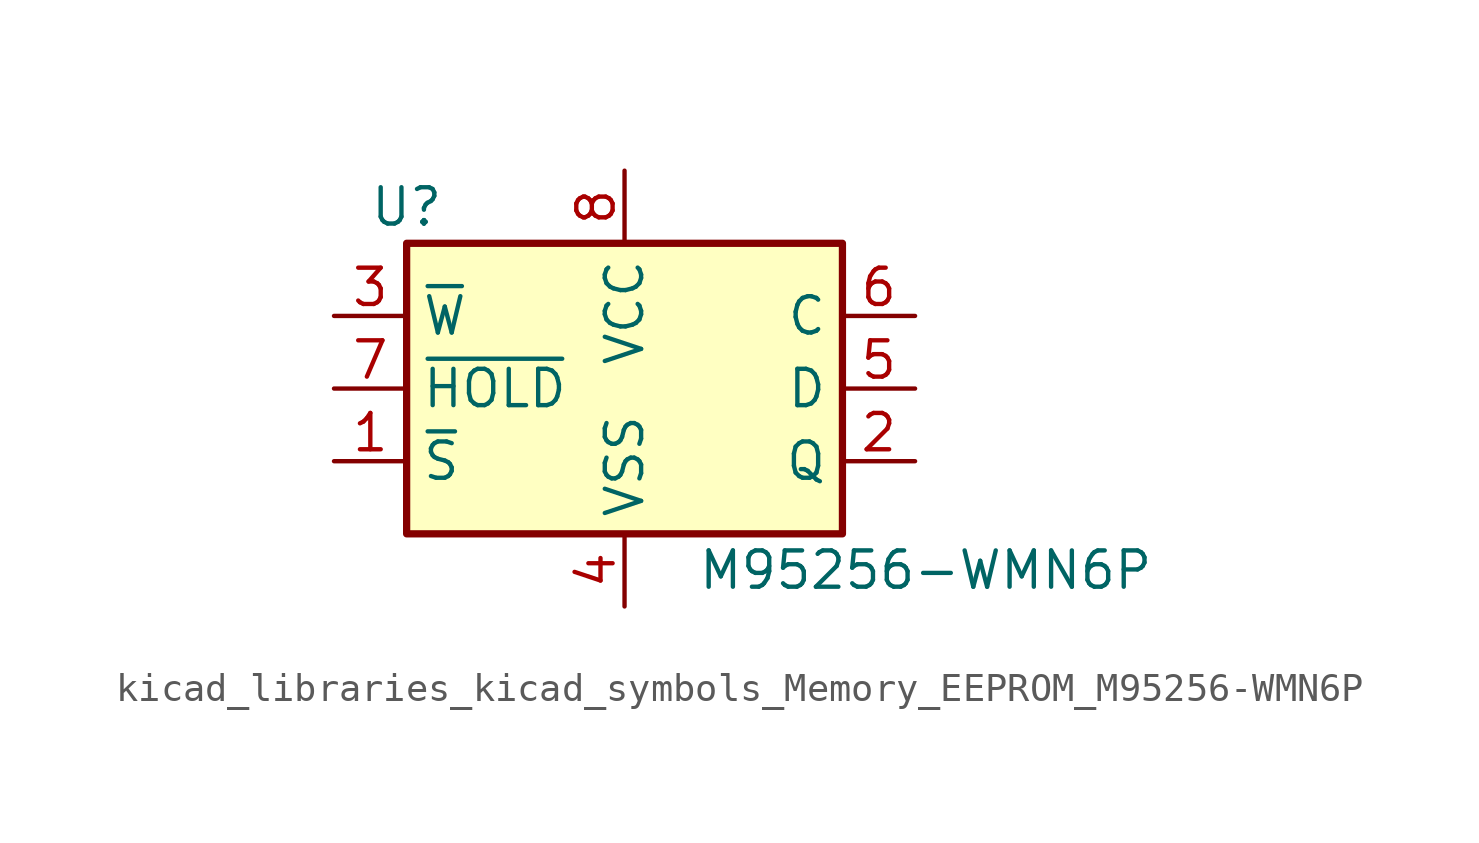
<source format=kicad_sym>
(kicad_symbol_lib
  (version 20220914)
  (generator kicad_symbol_editor)
  (symbol "kicad_libraries_kicad_symbols_Memory_EEPROM_M95256-WMN6P"
    (property "Reference" "U"
      (at -7.62 6.35 0)
      (effects (font (size 1.27 1.27))))
    (property "Value" "M95256-WMN6P"
      (at 2.54 -6.35 0)
      (effects (font (size 1.27 1.27)) (justify left)))
    (symbol "kicad_libraries_kicad_symbols_Memory_EEPROM_M95256-WMN6P_1_1"
      (rectangle (start -7.62 5.08) (end 7.62 -5.08) (stroke (width 0.254) (type default)) (fill (type background)))
      (pin input line (at -10.16 -2.54 0) (length 2.54) (name "~{S}" (effects (font (size 1.27 1.27)))) (number "1" (effects (font (size 1.27 1.27)))))
      (pin output line (at 10.16 -2.54 180) (length 2.54) (name "Q" (effects (font (size 1.27 1.27)))) (number "2" (effects (font (size 1.27 1.27)))))
      (pin input line (at -10.16 2.54 0) (length 2.54) (name "~{W}" (effects (font (size 1.27 1.27)))) (number "3" (effects (font (size 1.27 1.27)))))
      (pin power_in line (at 0 -7.62 90) (length 2.54) (name "VSS" (effects (font (size 1.27 1.27)))) (number "4" (effects (font (size 1.27 1.27)))))
      (pin input line (at 10.16 0 180) (length 2.54) (name "D" (effects (font (size 1.27 1.27)))) (number "5" (effects (font (size 1.27 1.27)))))
      (pin input line (at 10.16 2.54 180) (length 2.54) (name "C" (effects (font (size 1.27 1.27)))) (number "6" (effects (font (size 1.27 1.27)))))
      (pin input line (at -10.16 0 0) (length 2.54) (name "~{HOLD}" (effects (font (size 1.27 1.27)))) (number "7" (effects (font (size 1.27 1.27)))))
      (pin power_in line (at 0 7.62 270) (length 2.54) (name "VCC" (effects (font (size 1.27 1.27)))) (number "8" (effects (font (size 1.27 1.27))))))))
</source>
